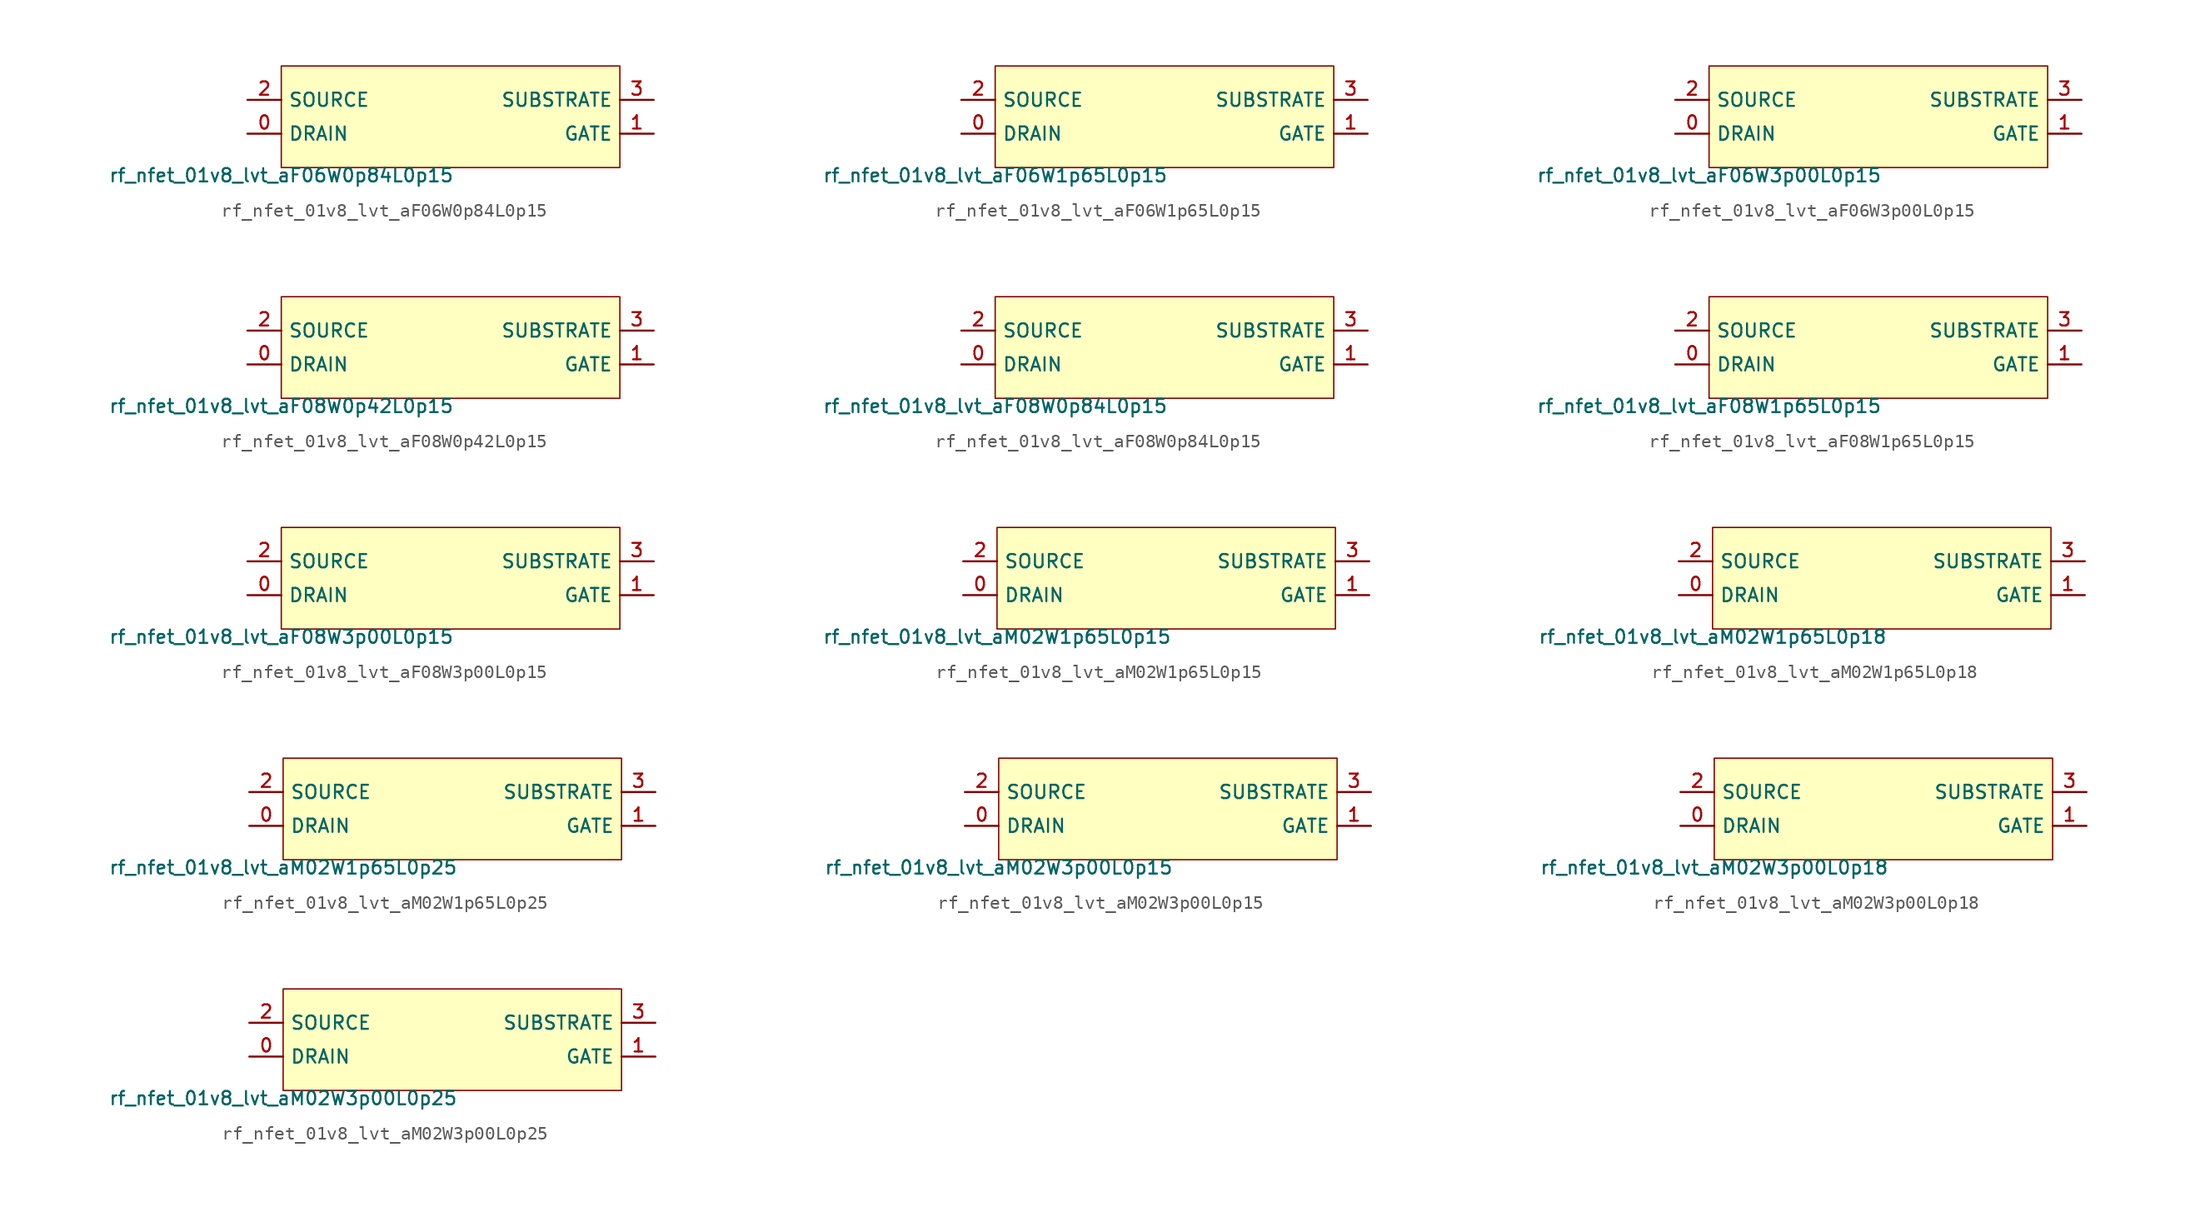
<source format=kicad_sym>
(kicad_symbol_lib
  (version 20211014)
  (generator pdk2kicad)
  (symbol "rf_nfet_01v8_lvt_aF06W0p84L0p15"
    (property "Reference" "X"
      (at 0 0 0)
      (effects (font (size 1 1)) hide))
    (property "Value" "rf_nfet_01v8_lvt_aF06W0p84L0p15"
      (at -12.7 -3.81 0)
      (effects (font (size 1 1)) (justify top)))
    (rectangle
      (start -12.7 -3.81)
      (end 12.7 3.81)
      (stroke (width 0.1) (type solid) (color 0 0 0 0))
      (fill (type background)))
    (pin bidirectional line
      (at -15.24 -1.27 0)
      (length 2.54)
      (name "DRAIN" (effects (font (size 1 1)) hide))
      (number "0" (effects (font (size 1 1)) hide)))
    (pin bidirectional line
      (at 15.24 -1.27 180)
      (length 2.54)
      (name "GATE" (effects (font (size 1 1)) hide))
      (number "1" (effects (font (size 1 1)) hide)))
    (pin bidirectional line
      (at -15.24 1.27 0)
      (length 2.54)
      (name "SOURCE" (effects (font (size 1 1)) hide))
      (number "2" (effects (font (size 1 1)) hide)))
    (pin bidirectional line
      (at 15.24 1.27 180)
      (length 2.54)
      (name "SUBSTRATE" (effects (font (size 1 1)) hide))
      (number "3" (effects (font (size 1 1)) hide))))
  (symbol "rf_nfet_01v8_lvt_aF06W1p65L0p15"
    (property "Reference" "X"
      (at 0 0 0)
      (effects (font (size 1 1)) hide))
    (property "Value" "rf_nfet_01v8_lvt_aF06W1p65L0p15"
      (at -12.7 -3.81 0)
      (effects (font (size 1 1)) (justify top)))
    (rectangle
      (start -12.7 -3.81)
      (end 12.7 3.81)
      (stroke (width 0.1) (type solid) (color 0 0 0 0))
      (fill (type background)))
    (pin bidirectional line
      (at -15.24 -1.27 0)
      (length 2.54)
      (name "DRAIN" (effects (font (size 1 1)) hide))
      (number "0" (effects (font (size 1 1)) hide)))
    (pin bidirectional line
      (at 15.24 -1.27 180)
      (length 2.54)
      (name "GATE" (effects (font (size 1 1)) hide))
      (number "1" (effects (font (size 1 1)) hide)))
    (pin bidirectional line
      (at -15.24 1.27 0)
      (length 2.54)
      (name "SOURCE" (effects (font (size 1 1)) hide))
      (number "2" (effects (font (size 1 1)) hide)))
    (pin bidirectional line
      (at 15.24 1.27 180)
      (length 2.54)
      (name "SUBSTRATE" (effects (font (size 1 1)) hide))
      (number "3" (effects (font (size 1 1)) hide))))
  (symbol "rf_nfet_01v8_lvt_aF06W3p00L0p15"
    (property "Reference" "X"
      (at 0 0 0)
      (effects (font (size 1 1)) hide))
    (property "Value" "rf_nfet_01v8_lvt_aF06W3p00L0p15"
      (at -12.7 -3.81 0)
      (effects (font (size 1 1)) (justify top)))
    (rectangle
      (start -12.7 -3.81)
      (end 12.7 3.81)
      (stroke (width 0.1) (type solid) (color 0 0 0 0))
      (fill (type background)))
    (pin bidirectional line
      (at -15.24 -1.27 0)
      (length 2.54)
      (name "DRAIN" (effects (font (size 1 1)) hide))
      (number "0" (effects (font (size 1 1)) hide)))
    (pin bidirectional line
      (at 15.24 -1.27 180)
      (length 2.54)
      (name "GATE" (effects (font (size 1 1)) hide))
      (number "1" (effects (font (size 1 1)) hide)))
    (pin bidirectional line
      (at -15.24 1.27 0)
      (length 2.54)
      (name "SOURCE" (effects (font (size 1 1)) hide))
      (number "2" (effects (font (size 1 1)) hide)))
    (pin bidirectional line
      (at 15.24 1.27 180)
      (length 2.54)
      (name "SUBSTRATE" (effects (font (size 1 1)) hide))
      (number "3" (effects (font (size 1 1)) hide))))
  (symbol "rf_nfet_01v8_lvt_aF08W0p42L0p15"
    (property "Reference" "X"
      (at 0 0 0)
      (effects (font (size 1 1)) hide))
    (property "Value" "rf_nfet_01v8_lvt_aF08W0p42L0p15"
      (at -12.7 -3.81 0)
      (effects (font (size 1 1)) (justify top)))
    (rectangle
      (start -12.7 -3.81)
      (end 12.7 3.81)
      (stroke (width 0.1) (type solid) (color 0 0 0 0))
      (fill (type background)))
    (pin bidirectional line
      (at -15.24 -1.27 0)
      (length 2.54)
      (name "DRAIN" (effects (font (size 1 1)) hide))
      (number "0" (effects (font (size 1 1)) hide)))
    (pin bidirectional line
      (at 15.24 -1.27 180)
      (length 2.54)
      (name "GATE" (effects (font (size 1 1)) hide))
      (number "1" (effects (font (size 1 1)) hide)))
    (pin bidirectional line
      (at -15.24 1.27 0)
      (length 2.54)
      (name "SOURCE" (effects (font (size 1 1)) hide))
      (number "2" (effects (font (size 1 1)) hide)))
    (pin bidirectional line
      (at 15.24 1.27 180)
      (length 2.54)
      (name "SUBSTRATE" (effects (font (size 1 1)) hide))
      (number "3" (effects (font (size 1 1)) hide))))
  (symbol "rf_nfet_01v8_lvt_aF08W0p84L0p15"
    (property "Reference" "X"
      (at 0 0 0)
      (effects (font (size 1 1)) hide))
    (property "Value" "rf_nfet_01v8_lvt_aF08W0p84L0p15"
      (at -12.7 -3.81 0)
      (effects (font (size 1 1)) (justify top)))
    (rectangle
      (start -12.7 -3.81)
      (end 12.7 3.81)
      (stroke (width 0.1) (type solid) (color 0 0 0 0))
      (fill (type background)))
    (pin bidirectional line
      (at -15.24 -1.27 0)
      (length 2.54)
      (name "DRAIN" (effects (font (size 1 1)) hide))
      (number "0" (effects (font (size 1 1)) hide)))
    (pin bidirectional line
      (at 15.24 -1.27 180)
      (length 2.54)
      (name "GATE" (effects (font (size 1 1)) hide))
      (number "1" (effects (font (size 1 1)) hide)))
    (pin bidirectional line
      (at -15.24 1.27 0)
      (length 2.54)
      (name "SOURCE" (effects (font (size 1 1)) hide))
      (number "2" (effects (font (size 1 1)) hide)))
    (pin bidirectional line
      (at 15.24 1.27 180)
      (length 2.54)
      (name "SUBSTRATE" (effects (font (size 1 1)) hide))
      (number "3" (effects (font (size 1 1)) hide))))
  (symbol "rf_nfet_01v8_lvt_aF08W1p65L0p15"
    (property "Reference" "X"
      (at 0 0 0)
      (effects (font (size 1 1)) hide))
    (property "Value" "rf_nfet_01v8_lvt_aF08W1p65L0p15"
      (at -12.7 -3.81 0)
      (effects (font (size 1 1)) (justify top)))
    (rectangle
      (start -12.7 -3.81)
      (end 12.7 3.81)
      (stroke (width 0.1) (type solid) (color 0 0 0 0))
      (fill (type background)))
    (pin bidirectional line
      (at -15.24 -1.27 0)
      (length 2.54)
      (name "DRAIN" (effects (font (size 1 1)) hide))
      (number "0" (effects (font (size 1 1)) hide)))
    (pin bidirectional line
      (at 15.24 -1.27 180)
      (length 2.54)
      (name "GATE" (effects (font (size 1 1)) hide))
      (number "1" (effects (font (size 1 1)) hide)))
    (pin bidirectional line
      (at -15.24 1.27 0)
      (length 2.54)
      (name "SOURCE" (effects (font (size 1 1)) hide))
      (number "2" (effects (font (size 1 1)) hide)))
    (pin bidirectional line
      (at 15.24 1.27 180)
      (length 2.54)
      (name "SUBSTRATE" (effects (font (size 1 1)) hide))
      (number "3" (effects (font (size 1 1)) hide))))
  (symbol "rf_nfet_01v8_lvt_aF08W3p00L0p15"
    (property "Reference" "X"
      (at 0 0 0)
      (effects (font (size 1 1)) hide))
    (property "Value" "rf_nfet_01v8_lvt_aF08W3p00L0p15"
      (at -12.7 -3.81 0)
      (effects (font (size 1 1)) (justify top)))
    (rectangle
      (start -12.7 -3.81)
      (end 12.7 3.81)
      (stroke (width 0.1) (type solid) (color 0 0 0 0))
      (fill (type background)))
    (pin bidirectional line
      (at -15.24 -1.27 0)
      (length 2.54)
      (name "DRAIN" (effects (font (size 1 1)) hide))
      (number "0" (effects (font (size 1 1)) hide)))
    (pin bidirectional line
      (at 15.24 -1.27 180)
      (length 2.54)
      (name "GATE" (effects (font (size 1 1)) hide))
      (number "1" (effects (font (size 1 1)) hide)))
    (pin bidirectional line
      (at -15.24 1.27 0)
      (length 2.54)
      (name "SOURCE" (effects (font (size 1 1)) hide))
      (number "2" (effects (font (size 1 1)) hide)))
    (pin bidirectional line
      (at 15.24 1.27 180)
      (length 2.54)
      (name "SUBSTRATE" (effects (font (size 1 1)) hide))
      (number "3" (effects (font (size 1 1)) hide))))
  (symbol "rf_nfet_01v8_lvt_aM02W1p65L0p15"
    (property "Reference" "X"
      (at 0 0 0)
      (effects (font (size 1 1)) hide))
    (property "Value" "rf_nfet_01v8_lvt_aM02W1p65L0p15"
      (at -12.7 -3.81 0)
      (effects (font (size 1 1)) (justify top)))
    (rectangle
      (start -12.7 -3.81)
      (end 12.7 3.81)
      (stroke (width 0.1) (type solid) (color 0 0 0 0))
      (fill (type background)))
    (pin bidirectional line
      (at -15.24 -1.27 0)
      (length 2.54)
      (name "DRAIN" (effects (font (size 1 1)) hide))
      (number "0" (effects (font (size 1 1)) hide)))
    (pin bidirectional line
      (at 15.24 -1.27 180)
      (length 2.54)
      (name "GATE" (effects (font (size 1 1)) hide))
      (number "1" (effects (font (size 1 1)) hide)))
    (pin bidirectional line
      (at -15.24 1.27 0)
      (length 2.54)
      (name "SOURCE" (effects (font (size 1 1)) hide))
      (number "2" (effects (font (size 1 1)) hide)))
    (pin bidirectional line
      (at 15.24 1.27 180)
      (length 2.54)
      (name "SUBSTRATE" (effects (font (size 1 1)) hide))
      (number "3" (effects (font (size 1 1)) hide))))
  (symbol "rf_nfet_01v8_lvt_aM02W1p65L0p18"
    (property "Reference" "X"
      (at 0 0 0)
      (effects (font (size 1 1)) hide))
    (property "Value" "rf_nfet_01v8_lvt_aM02W1p65L0p18"
      (at -12.7 -3.81 0)
      (effects (font (size 1 1)) (justify top)))
    (rectangle
      (start -12.7 -3.81)
      (end 12.7 3.81)
      (stroke (width 0.1) (type solid) (color 0 0 0 0))
      (fill (type background)))
    (pin bidirectional line
      (at -15.24 -1.27 0)
      (length 2.54)
      (name "DRAIN" (effects (font (size 1 1)) hide))
      (number "0" (effects (font (size 1 1)) hide)))
    (pin bidirectional line
      (at 15.24 -1.27 180)
      (length 2.54)
      (name "GATE" (effects (font (size 1 1)) hide))
      (number "1" (effects (font (size 1 1)) hide)))
    (pin bidirectional line
      (at -15.24 1.27 0)
      (length 2.54)
      (name "SOURCE" (effects (font (size 1 1)) hide))
      (number "2" (effects (font (size 1 1)) hide)))
    (pin bidirectional line
      (at 15.24 1.27 180)
      (length 2.54)
      (name "SUBSTRATE" (effects (font (size 1 1)) hide))
      (number "3" (effects (font (size 1 1)) hide))))
  (symbol "rf_nfet_01v8_lvt_aM02W1p65L0p25"
    (property "Reference" "X"
      (at 0 0 0)
      (effects (font (size 1 1)) hide))
    (property "Value" "rf_nfet_01v8_lvt_aM02W1p65L0p25"
      (at -12.7 -3.81 0)
      (effects (font (size 1 1)) (justify top)))
    (rectangle
      (start -12.7 -3.81)
      (end 12.7 3.81)
      (stroke (width 0.1) (type solid) (color 0 0 0 0))
      (fill (type background)))
    (pin bidirectional line
      (at -15.24 -1.27 0)
      (length 2.54)
      (name "DRAIN" (effects (font (size 1 1)) hide))
      (number "0" (effects (font (size 1 1)) hide)))
    (pin bidirectional line
      (at 15.24 -1.27 180)
      (length 2.54)
      (name "GATE" (effects (font (size 1 1)) hide))
      (number "1" (effects (font (size 1 1)) hide)))
    (pin bidirectional line
      (at -15.24 1.27 0)
      (length 2.54)
      (name "SOURCE" (effects (font (size 1 1)) hide))
      (number "2" (effects (font (size 1 1)) hide)))
    (pin bidirectional line
      (at 15.24 1.27 180)
      (length 2.54)
      (name "SUBSTRATE" (effects (font (size 1 1)) hide))
      (number "3" (effects (font (size 1 1)) hide))))
  (symbol "rf_nfet_01v8_lvt_aM02W3p00L0p15"
    (property "Reference" "X"
      (at 0 0 0)
      (effects (font (size 1 1)) hide))
    (property "Value" "rf_nfet_01v8_lvt_aM02W3p00L0p15"
      (at -12.7 -3.81 0)
      (effects (font (size 1 1)) (justify top)))
    (rectangle
      (start -12.7 -3.81)
      (end 12.7 3.81)
      (stroke (width 0.1) (type solid) (color 0 0 0 0))
      (fill (type background)))
    (pin bidirectional line
      (at -15.24 -1.27 0)
      (length 2.54)
      (name "DRAIN" (effects (font (size 1 1)) hide))
      (number "0" (effects (font (size 1 1)) hide)))
    (pin bidirectional line
      (at 15.24 -1.27 180)
      (length 2.54)
      (name "GATE" (effects (font (size 1 1)) hide))
      (number "1" (effects (font (size 1 1)) hide)))
    (pin bidirectional line
      (at -15.24 1.27 0)
      (length 2.54)
      (name "SOURCE" (effects (font (size 1 1)) hide))
      (number "2" (effects (font (size 1 1)) hide)))
    (pin bidirectional line
      (at 15.24 1.27 180)
      (length 2.54)
      (name "SUBSTRATE" (effects (font (size 1 1)) hide))
      (number "3" (effects (font (size 1 1)) hide))))
  (symbol "rf_nfet_01v8_lvt_aM02W3p00L0p18"
    (property "Reference" "X"
      (at 0 0 0)
      (effects (font (size 1 1)) hide))
    (property "Value" "rf_nfet_01v8_lvt_aM02W3p00L0p18"
      (at -12.7 -3.81 0)
      (effects (font (size 1 1)) (justify top)))
    (rectangle
      (start -12.7 -3.81)
      (end 12.7 3.81)
      (stroke (width 0.1) (type solid) (color 0 0 0 0))
      (fill (type background)))
    (pin bidirectional line
      (at -15.24 -1.27 0)
      (length 2.54)
      (name "DRAIN" (effects (font (size 1 1)) hide))
      (number "0" (effects (font (size 1 1)) hide)))
    (pin bidirectional line
      (at 15.24 -1.27 180)
      (length 2.54)
      (name "GATE" (effects (font (size 1 1)) hide))
      (number "1" (effects (font (size 1 1)) hide)))
    (pin bidirectional line
      (at -15.24 1.27 0)
      (length 2.54)
      (name "SOURCE" (effects (font (size 1 1)) hide))
      (number "2" (effects (font (size 1 1)) hide)))
    (pin bidirectional line
      (at 15.24 1.27 180)
      (length 2.54)
      (name "SUBSTRATE" (effects (font (size 1 1)) hide))
      (number "3" (effects (font (size 1 1)) hide))))
  (symbol "rf_nfet_01v8_lvt_aM02W3p00L0p25"
    (property "Reference" "X"
      (at 0 0 0)
      (effects (font (size 1 1)) hide))
    (property "Value" "rf_nfet_01v8_lvt_aM02W3p00L0p25"
      (at -12.7 -3.81 0)
      (effects (font (size 1 1)) (justify top)))
    (rectangle
      (start -12.7 -3.81)
      (end 12.7 3.81)
      (stroke (width 0.1) (type solid) (color 0 0 0 0))
      (fill (type background)))
    (pin bidirectional line
      (at -15.24 -1.27 0)
      (length 2.54)
      (name "DRAIN" (effects (font (size 1 1)) hide))
      (number "0" (effects (font (size 1 1)) hide)))
    (pin bidirectional line
      (at 15.24 -1.27 180)
      (length 2.54)
      (name "GATE" (effects (font (size 1 1)) hide))
      (number "1" (effects (font (size 1 1)) hide)))
    (pin bidirectional line
      (at -15.24 1.27 0)
      (length 2.54)
      (name "SOURCE" (effects (font (size 1 1)) hide))
      (number "2" (effects (font (size 1 1)) hide)))
    (pin bidirectional line
      (at 15.24 1.27 180)
      (length 2.54)
      (name "SUBSTRATE" (effects (font (size 1 1)) hide))
      (number "3" (effects (font (size 1 1)) hide)))))
</source>
